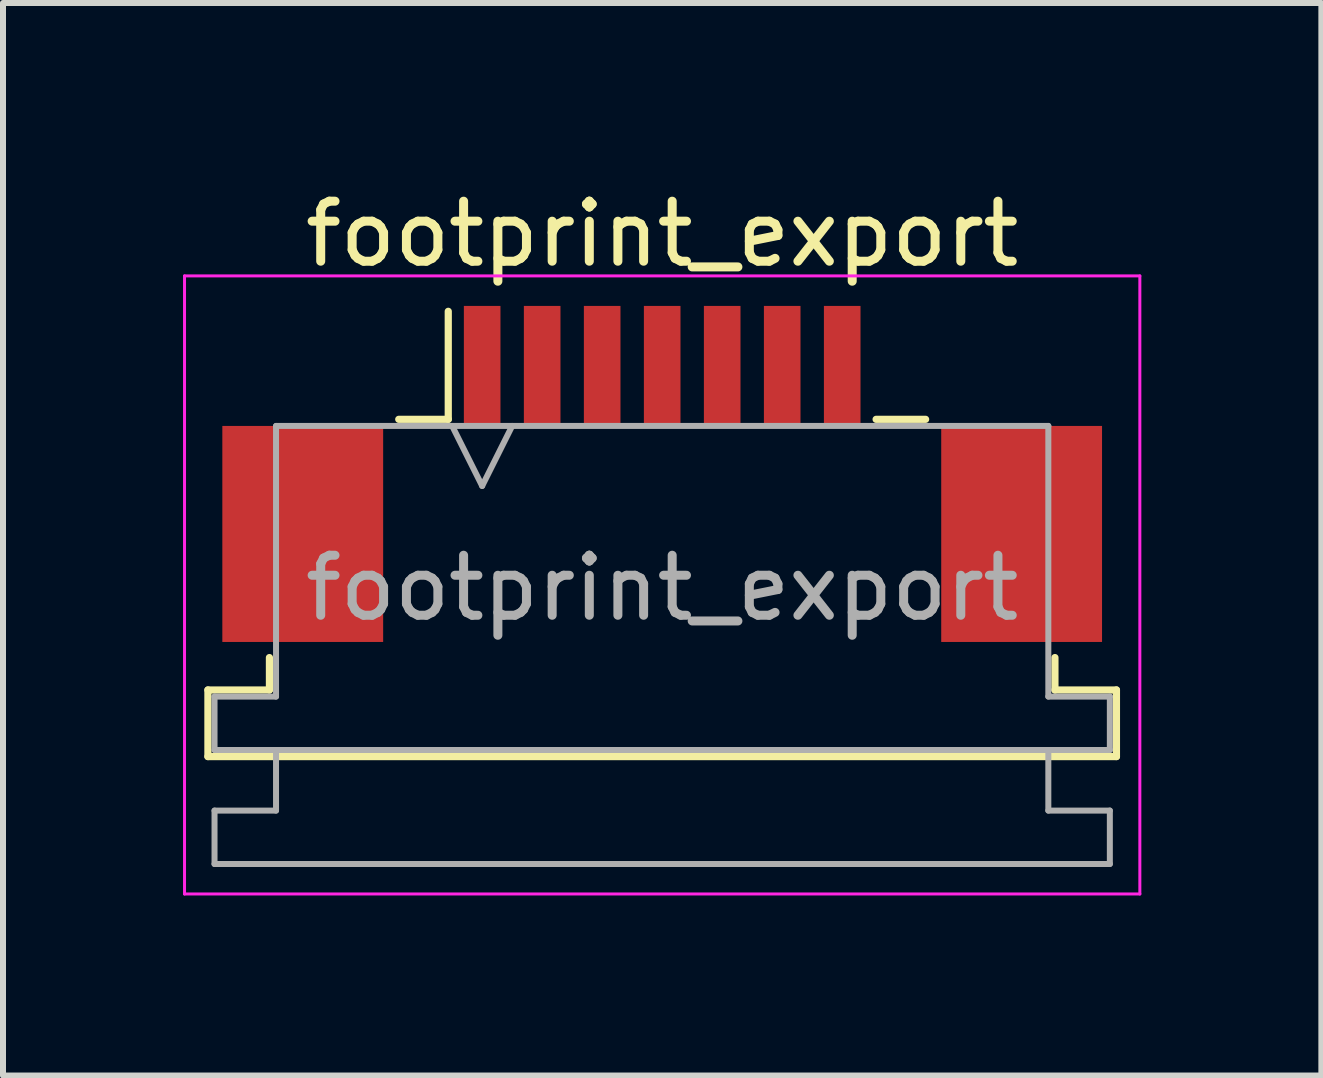
<source format=kicad_pcb>
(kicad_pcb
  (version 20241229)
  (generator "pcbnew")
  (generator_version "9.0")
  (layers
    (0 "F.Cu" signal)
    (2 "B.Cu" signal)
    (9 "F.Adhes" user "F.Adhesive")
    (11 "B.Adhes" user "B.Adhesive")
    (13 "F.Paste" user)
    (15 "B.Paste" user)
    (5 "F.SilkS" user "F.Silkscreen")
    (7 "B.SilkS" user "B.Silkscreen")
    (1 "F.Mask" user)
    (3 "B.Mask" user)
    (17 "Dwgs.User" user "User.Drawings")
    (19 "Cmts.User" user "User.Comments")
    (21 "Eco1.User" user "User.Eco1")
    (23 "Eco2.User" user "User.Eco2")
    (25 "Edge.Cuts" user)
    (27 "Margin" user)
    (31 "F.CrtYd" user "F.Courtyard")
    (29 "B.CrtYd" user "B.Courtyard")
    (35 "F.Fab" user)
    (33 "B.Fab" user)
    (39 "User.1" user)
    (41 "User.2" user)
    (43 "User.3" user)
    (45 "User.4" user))
  (footprint "footprint_export"
    (layer "F.Cu")
    (at 7.985 4.848)
    (property "Reference" "footprint_export" (at 0 -4 0) (layer "F.SilkS") (effects (font (size 1 1) (thickness 0.15))))
    (attr smd)
    (fp_line (start -7.57 3.6) (end -6.545 3.6) (stroke (width 0.12) (type solid)) (layer "F.SilkS"))
    (fp_line (start -7.57 4.71) (end -7.57 3.6) (stroke (width 0.12) (type solid)) (layer "F.SilkS"))
    (fp_line (start -6.545 3.6) (end -6.545 3.06) (stroke (width 0.12) (type solid)) (layer "F.SilkS"))
    (fp_line (start -4.39 -0.91) (end -3.565 -0.91) (stroke (width 0.12) (type solid)) (layer "F.SilkS"))
    (fp_line (start -3.565 -0.91) (end -3.565 -2.71) (stroke (width 0.12) (type solid)) (layer "F.SilkS"))
    (fp_line (start 3.565 -0.91) (end 4.39 -0.91) (stroke (width 0.12) (type solid)) (layer "F.SilkS"))
    (fp_line (start 6.545 3.06) (end 6.545 3.6) (stroke (width 0.12) (type solid)) (layer "F.SilkS"))
    (fp_line (start 6.545 3.6) (end 7.57 3.6) (stroke (width 0.12) (type solid)) (layer "F.SilkS"))
    (fp_line (start 7.57 3.6) (end 7.57 4.71) (stroke (width 0.12) (type solid)) (layer "F.SilkS"))
    (fp_line (start 7.57 4.71) (end -7.57 4.71) (stroke (width 0.12) (type solid)) (layer "F.SilkS"))
    (fp_line (start -7.96 -3.3) (end -7.96 7) (stroke (width 0.05) (type solid)) (layer "F.CrtYd"))
    (fp_line (start -7.96 7) (end 7.96 7) (stroke (width 0.05) (type solid)) (layer "F.CrtYd"))
    (fp_line (start 7.96 -3.3) (end -7.96 -3.3) (stroke (width 0.05) (type solid)) (layer "F.CrtYd"))
    (fp_line (start 7.96 7) (end 7.96 -3.3) (stroke (width 0.05) (type solid)) (layer "F.CrtYd"))
    (fp_line (start -7.46 3.71) (end -6.435 3.71) (stroke (width 0.1) (type solid)) (layer "F.Fab"))
    (fp_line (start -7.46 4.6) (end -7.46 3.71) (stroke (width 0.1) (type solid)) (layer "F.Fab"))
    (fp_line (start -7.46 5.61) (end -6.435 5.61) (stroke (width 0.1) (type solid)) (layer "F.Fab"))
    (fp_line (start -7.46 6.5) (end -7.46 5.61) (stroke (width 0.1) (type solid)) (layer "F.Fab"))
    (fp_line (start -6.435 -0.8) (end 6.435 -0.8) (stroke (width 0.1) (type solid)) (layer "F.Fab"))
    (fp_line (start -6.435 3.71) (end -6.435 -0.8) (stroke (width 0.1) (type solid)) (layer "F.Fab"))
    (fp_line (start -6.435 5.61) (end -6.435 4.6) (stroke (width 0.1) (type solid)) (layer "F.Fab"))
    (fp_line (start -3.5 -0.8) (end -3 0.2) (stroke (width 0.1) (type solid)) (layer "F.Fab"))
    (fp_line (start -3 0.2) (end -2.5 -0.8) (stroke (width 0.1) (type solid)) (layer "F.Fab"))
    (fp_line (start 6.435 -0.8) (end 6.435 3.71) (stroke (width 0.1) (type solid)) (layer "F.Fab"))
    (fp_line (start 6.435 3.71) (end 7.46 3.71) (stroke (width 0.1) (type solid)) (layer "F.Fab"))
    (fp_line (start 6.435 4.6) (end 6.435 5.61) (stroke (width 0.1) (type solid)) (layer "F.Fab"))
    (fp_line (start 6.435 5.61) (end 7.46 5.61) (stroke (width 0.1) (type solid)) (layer "F.Fab"))
    (fp_line (start 7.46 3.71) (end 7.46 4.6) (stroke (width 0.1) (type solid)) (layer "F.Fab"))
    (fp_line (start 7.46 4.6) (end -7.46 4.6) (stroke (width 0.1) (type solid)) (layer "F.Fab"))
    (fp_line (start 7.46 5.61) (end 7.46 6.5) (stroke (width 0.1) (type solid)) (layer "F.Fab"))
    (fp_line (start 7.46 6.5) (end -7.46 6.5) (stroke (width 0.1) (type solid)) (layer "F.Fab"))
    (fp_text user "${REFERENCE}" (at 0 1.9 0) (layer "F.Fab") (effects (font (size 1 1) (thickness 0.15))))
    (pad "1" smd rect (at -3 -1.8) (size 0.61 2) (layers "F.Cu" "F.Mask" "F.Paste"))
    (pad "2" smd rect (at -2 -1.8) (size 0.61 2) (layers "F.Cu" "F.Mask" "F.Paste"))
    (pad "3" smd rect (at -1 -1.8) (size 0.61 2) (layers "F.Cu" "F.Mask" "F.Paste"))
    (pad "4" smd rect (at 0 -1.8) (size 0.61 2) (layers "F.Cu" "F.Mask" "F.Paste"))
    (pad "5" smd rect (at 1 -1.8) (size 0.61 2) (layers "F.Cu" "F.Mask" "F.Paste"))
    (pad "6" smd rect (at 2 -1.8) (size 0.61 2) (layers "F.Cu" "F.Mask" "F.Paste"))
    (pad "7" smd rect (at 3 -1.8) (size 0.61 2) (layers "F.Cu" "F.Mask" "F.Paste"))
    (pad "MP" smd rect (at -5.99 1) (size 2.68 3.6) (layers "F.Cu" "F.Mask" "F.Paste"))
    (pad "MP" smd rect (at 5.99 1) (size 2.68 3.6) (layers "F.Cu" "F.Mask" "F.Paste")))
  (gr_rect
    (start -3 -3)
    (end 18.97 14.873)
    (stroke (width 0.1) (type default))
    (fill no)
    (layer "Edge.Cuts")))
</source>
